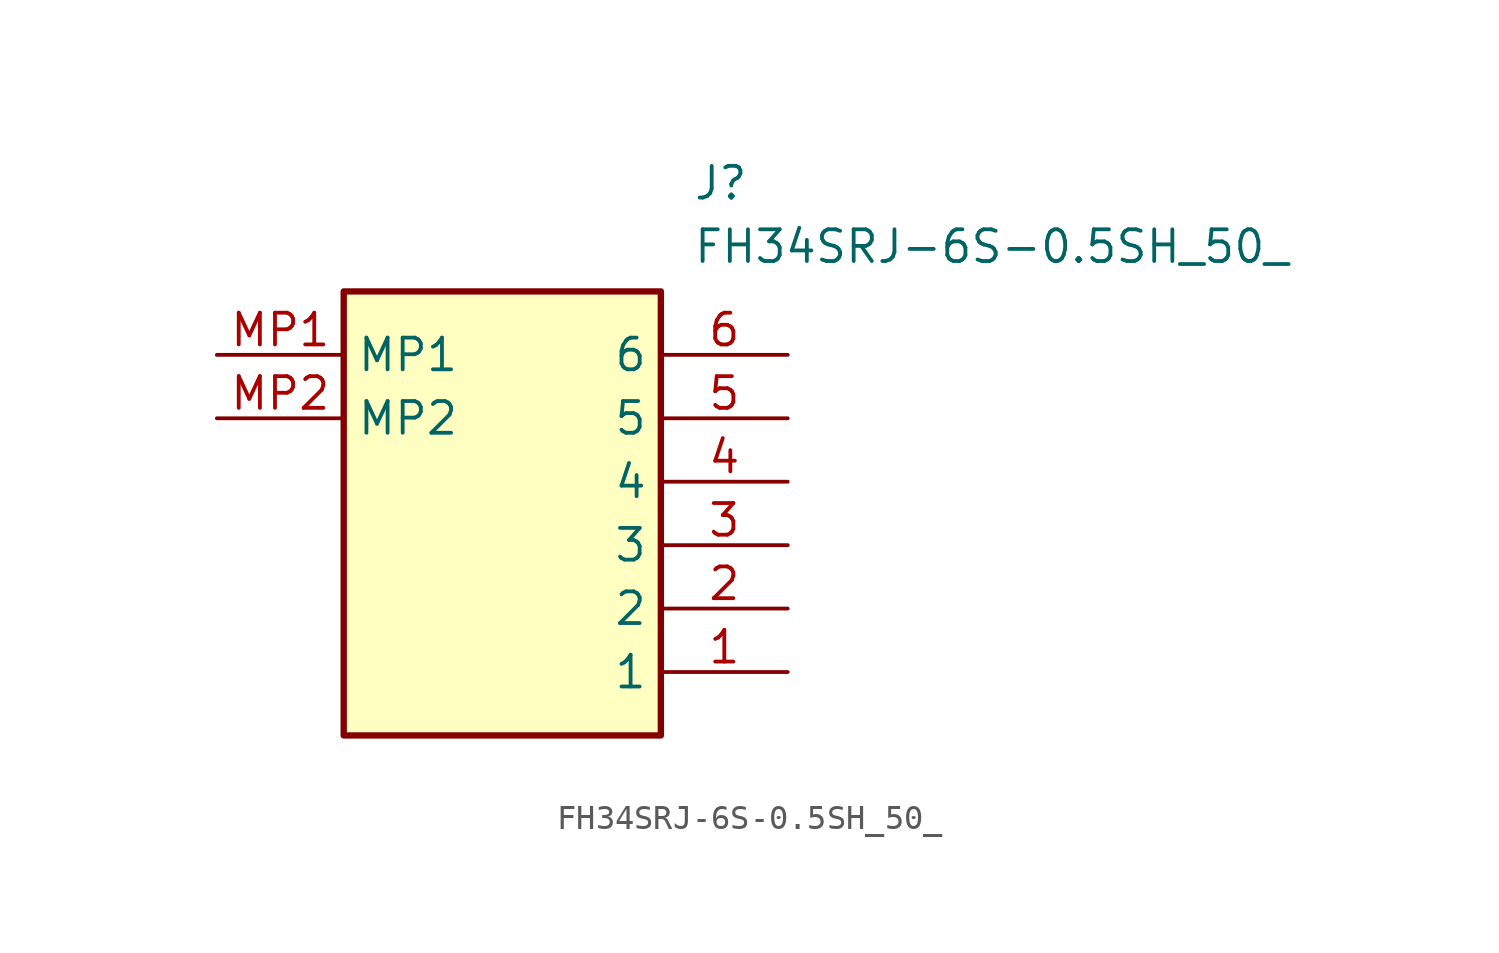
<source format=kicad_sym>
(kicad_symbol_lib
  (version 20211014)
  (generator SamacSys_ECAD_Model)
  (symbol "FH34SRJ-6S-0.5SH_50_"
    (property "Reference" "J"
      (at 19.05 7.62 0)
      (effects (font (size 1.27 1.27)) (justify left top)))
    (property "Value" "FH34SRJ-6S-0.5SH_50_"
      (at 19.05 5.08 0)
      (effects (font (size 1.27 1.27)) (justify left top)))
    (rectangle
      (start 5.08 2.54)
      (end 17.78 -15.24)
      (stroke (width 0.254) (type default))
      (fill (type background)))
    (pin passive line
      (at 22.86 -12.7 180)
      (length 5.08)
      (name "1" (effects (font (size 1.27 1.27))))
      (number "1" (effects (font (size 1.27 1.27)))))
    (pin passive line
      (at 22.86 -10.16 180)
      (length 5.08)
      (name "2" (effects (font (size 1.27 1.27))))
      (number "2" (effects (font (size 1.27 1.27)))))
    (pin passive line
      (at 22.86 -7.62 180)
      (length 5.08)
      (name "3" (effects (font (size 1.27 1.27))))
      (number "3" (effects (font (size 1.27 1.27)))))
    (pin passive line
      (at 22.86 -5.08 180)
      (length 5.08)
      (name "4" (effects (font (size 1.27 1.27))))
      (number "4" (effects (font (size 1.27 1.27)))))
    (pin passive line
      (at 22.86 -2.54 180)
      (length 5.08)
      (name "5" (effects (font (size 1.27 1.27))))
      (number "5" (effects (font (size 1.27 1.27)))))
    (pin passive line
      (at 22.86 0 180)
      (length 5.08)
      (name "6" (effects (font (size 1.27 1.27))))
      (number "6" (effects (font (size 1.27 1.27)))))
    (pin passive line
      (at 0 0 0)
      (length 5.08)
      (name "MP1" (effects (font (size 1.27 1.27))))
      (number "MP1" (effects (font (size 1.27 1.27)))))
    (pin passive line
      (at 0 -2.54 0)
      (length 5.08)
      (name "MP2" (effects (font (size 1.27 1.27))))
      (number "MP2" (effects (font (size 1.27 1.27)))))))
</source>
